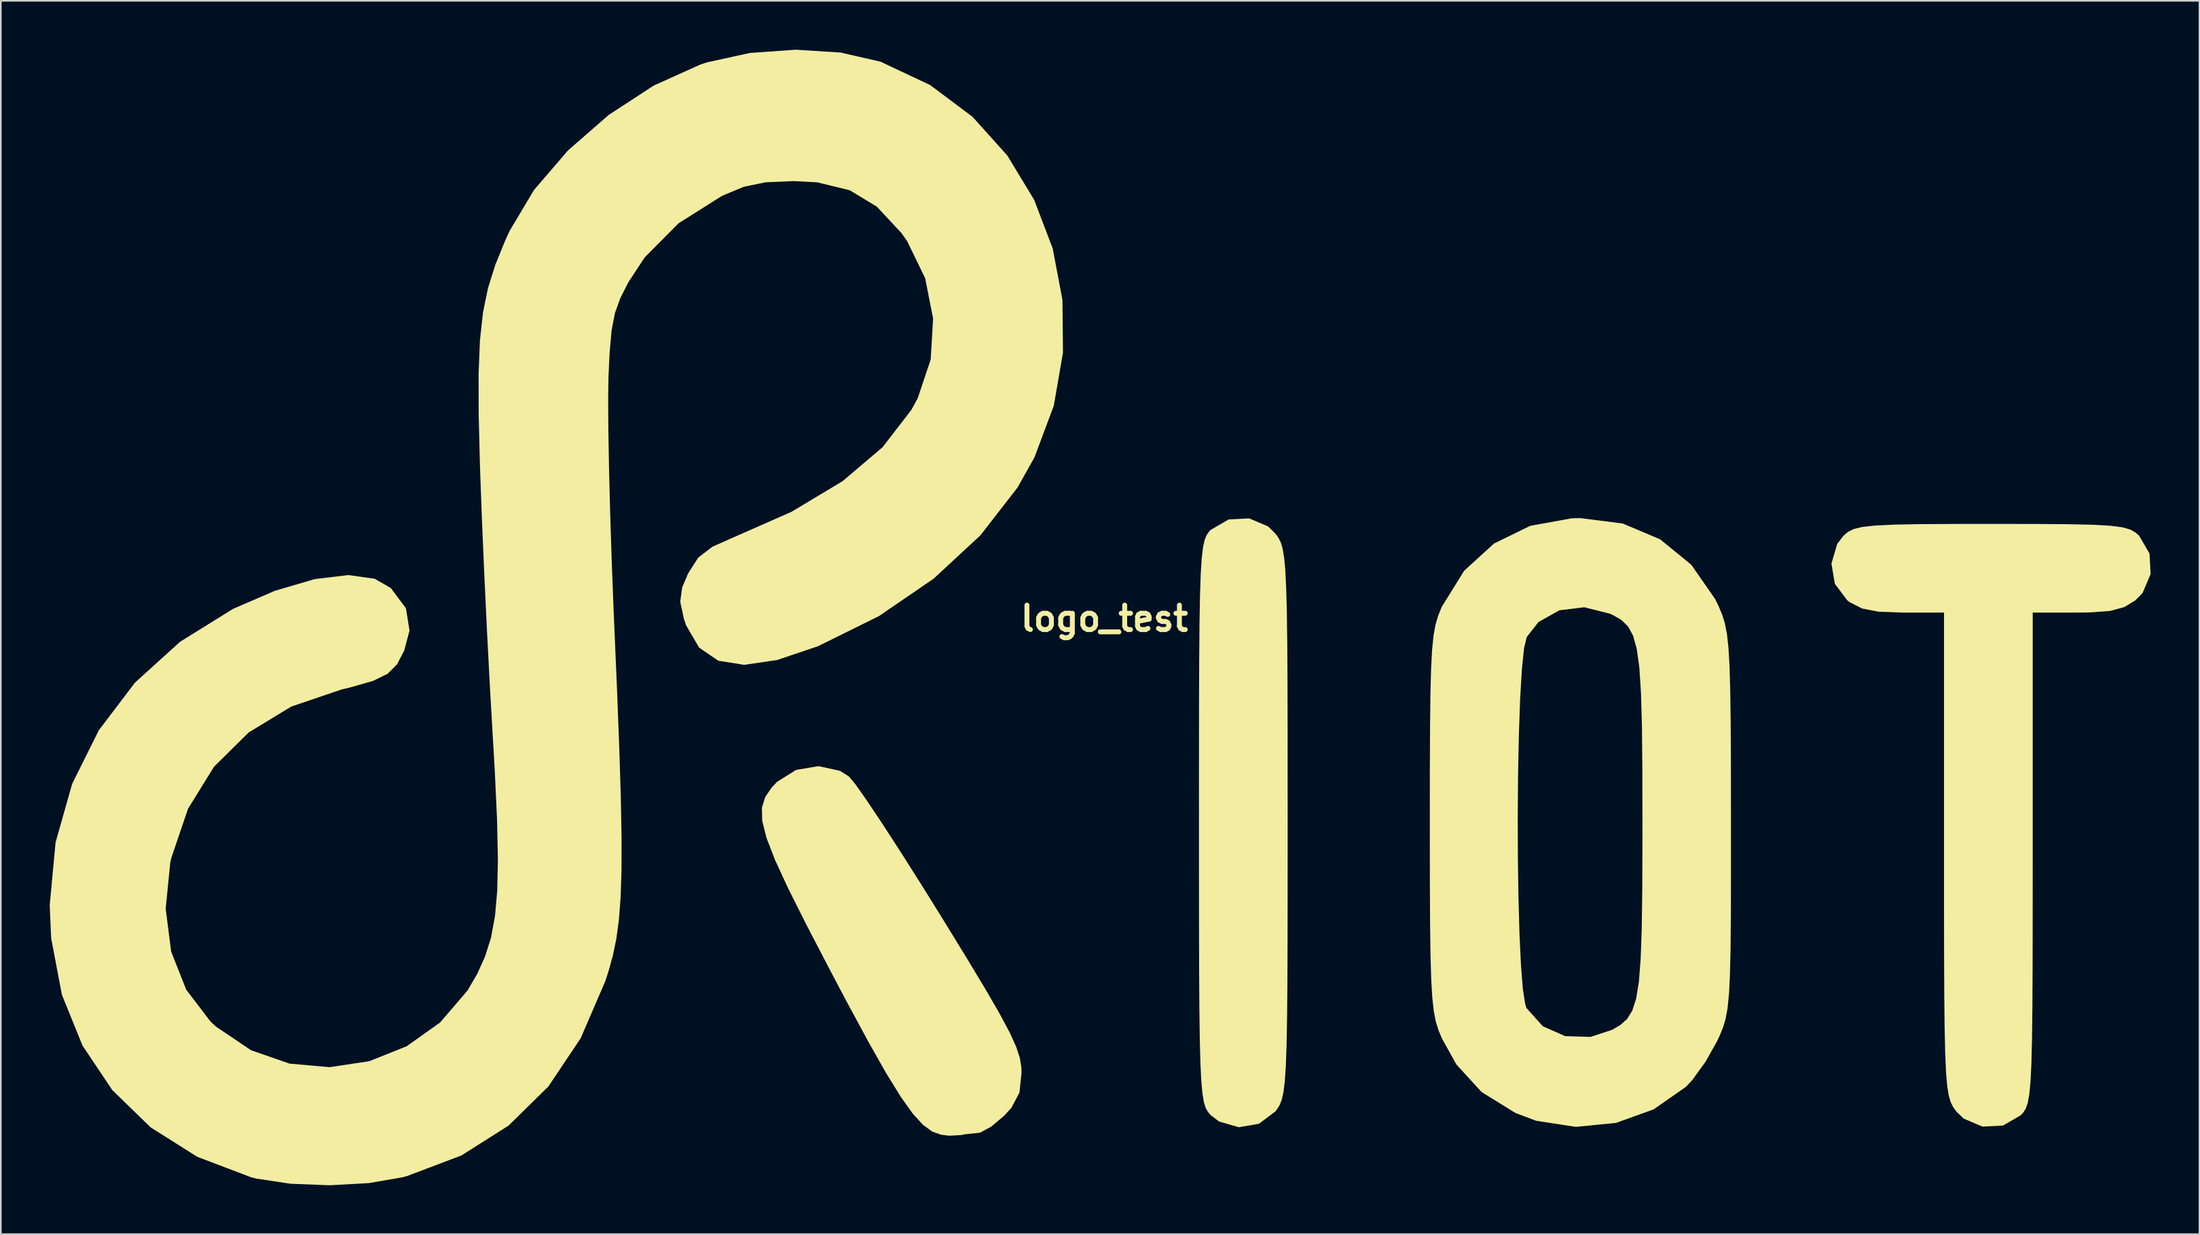
<source format=kicad_pcb>
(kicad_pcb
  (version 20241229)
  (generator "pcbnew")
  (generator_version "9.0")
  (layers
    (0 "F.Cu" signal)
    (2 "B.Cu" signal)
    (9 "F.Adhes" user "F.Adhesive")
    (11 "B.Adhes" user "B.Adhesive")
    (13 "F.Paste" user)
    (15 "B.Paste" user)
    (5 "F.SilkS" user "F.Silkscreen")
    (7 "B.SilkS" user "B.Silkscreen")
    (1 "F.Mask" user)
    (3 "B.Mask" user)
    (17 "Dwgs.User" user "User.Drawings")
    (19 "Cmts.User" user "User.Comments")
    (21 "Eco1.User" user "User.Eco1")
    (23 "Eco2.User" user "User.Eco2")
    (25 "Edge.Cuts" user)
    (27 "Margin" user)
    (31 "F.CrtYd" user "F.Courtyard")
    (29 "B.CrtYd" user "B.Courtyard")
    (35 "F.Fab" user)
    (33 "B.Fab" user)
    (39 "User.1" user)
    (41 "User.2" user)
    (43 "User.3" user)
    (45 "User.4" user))
  (footprint "logo_test"
    (layer "F.Cu")
    (at 64.717 34.908)
    (property "Reference" "logo_test" (at 0 0 0) (layer "F.SilkS") (effects (font (size 1.5 1.5) (thickness 0.3))))
    (attr board_only exclude_from_pos_files exclude_from_bom)
    (fp_poly (pts (xy -16.22 9.35) (xy -15.659 9.706) (xy -15.269 10.181) (xy -14.563 11.185) (xy -13.6 12.628) (xy -12.44 14.42) (xy -11.143 16.468) (xy -9.995 18.314) (xy -8.473 20.795) (xy -7.297 22.747) (xy -6.424 24.256) (xy -5.81 25.404) (xy -5.413 26.277) (xy -5.188 26.958) (xy -5.093 27.532) (xy -5.08 27.867) (xy -5.208 29.094) (xy -5.699 30.021) (xy -6.141 30.508) (xy -6.935 31.179) (xy -7.608 31.546) (xy -7.744 31.569) (xy -8.575 31.655) (xy -8.77 31.699) (xy -9.512 31.741) (xy -10.019 31.68) (xy -10.562 31.487) (xy -11.127 31.076) (xy -11.759 30.382) (xy -12.502 29.339) (xy -13.4 27.882) (xy -14.497 25.944) (xy -15.839 23.461) (xy -16.84 21.565) (xy -18.286 18.788) (xy -19.401 16.565) (xy -20.209 14.816) (xy -20.732 13.462) (xy -20.993 12.422) (xy -21.013 11.616) (xy -20.816 10.965) (xy -20.425 10.388) (xy -20.089 10.028) (xy -18.915 9.292) (xy -17.536 9.06)) (stroke (width 0) (type solid)) (fill yes) (layer "F.SilkS"))
    (fp_poly (pts (xy 10.043 -5.654) (xy 10.497 -5.212) (xy 10.672 -4.971) (xy 10.819 -4.689) (xy 10.938 -4.302) (xy 11.032 -3.745) (xy 11.106 -2.953) (xy 11.16 -1.86) (xy 11.199 -0.401) (xy 11.224 1.489) (xy 11.239 3.875) (xy 11.246 6.823) (xy 11.248 10.397) (xy 11.249 12.519) (xy 11.248 16.444) (xy 11.243 19.708) (xy 11.233 22.377) (xy 11.213 24.516) (xy 11.182 26.19) (xy 11.136 27.465) (xy 11.073 28.405) (xy 10.99 29.076) (xy 10.883 29.543) (xy 10.752 29.871) (xy 10.592 30.125) (xy 10.497 30.25) (xy 9.485 31.009) (xy 8.244 31.22) (xy 7.035 30.866) (xy 6.531 30.48) (xy 6.364 30.291) (xy 6.224 30.048) (xy 6.11 29.687) (xy 6.019 29.145) (xy 5.948 28.359) (xy 5.895 27.264) (xy 5.857 25.798) (xy 5.831 23.898) (xy 5.816 21.499) (xy 5.809 18.539) (xy 5.806 14.953) (xy 5.806 12.519) (xy 5.807 8.535) (xy 5.811 5.213) (xy 5.821 2.491) (xy 5.84 0.304) (xy 5.87 -1.411) (xy 5.914 -2.717) (xy 5.974 -3.678) (xy 6.053 -4.356) (xy 6.154 -4.817) (xy 6.278 -5.121) (xy 6.429 -5.335) (xy 6.531 -5.443) (xy 7.628 -6.08) (xy 8.886 -6.145)) (stroke (width 0) (type solid)) (fill yes) (layer "F.SilkS"))
    (fp_poly (pts (xy 57.11 -5.802) (xy 59.161 -5.787) (xy 60.677 -5.753) (xy 61.752 -5.691) (xy 62.483 -5.595) (xy 62.963 -5.457) (xy 63.29 -5.268) (xy 63.5 -5.08) (xy 64.137 -3.984) (xy 64.203 -2.726) (xy 63.712 -1.568) (xy 63.27 -1.115) (xy 62.584 -0.698) (xy 61.714 -0.465) (xy 60.443 -0.372) (xy 59.641 -0.363) (xy 56.969 -0.363) (xy 56.969 14.696) (xy 56.967 18.399) (xy 56.962 21.444) (xy 56.949 23.9) (xy 56.925 25.835) (xy 56.888 27.317) (xy 56.834 28.415) (xy 56.76 29.196) (xy 56.662 29.729) (xy 56.539 30.083) (xy 56.386 30.324) (xy 56.243 30.48) (xy 55.147 31.117) (xy 53.889 31.183) (xy 52.731 30.692) (xy 52.278 30.25) (xy 52.092 29.992) (xy 51.939 29.693) (xy 51.817 29.281) (xy 51.721 28.686) (xy 51.649 27.84) (xy 51.598 26.672) (xy 51.563 25.112) (xy 51.541 23.09) (xy 51.53 20.537) (xy 51.526 17.382) (xy 51.526 14.465) (xy 51.526 -0.363) (xy 49.035 -0.363) (xy 47.525 -0.416) (xy 46.506 -0.611) (xy 45.748 -0.995) (xy 45.588 -1.115) (xy 44.828 -2.126) (xy 44.617 -3.368) (xy 44.971 -4.576) (xy 45.357 -5.08) (xy 45.629 -5.313) (xy 45.98 -5.49) (xy 46.505 -5.619) (xy 47.301 -5.707) (xy 48.462 -5.762) (xy 50.083 -5.792) (xy 52.26 -5.804) (xy 54.429 -5.806)) (stroke (width 0) (type solid)) (fill yes) (layer "F.SilkS"))
    (fp_poly (pts (xy 31.812 -5.829) (xy 34.105 -4.86) (xy 36.017 -3.301) (xy 37.481 -1.195) (xy 37.708 -0.726) (xy 37.913 -0.234) (xy 38.077 0.291) (xy 38.203 0.934) (xy 38.297 1.781) (xy 38.364 2.917) (xy 38.408 4.426) (xy 38.434 6.395) (xy 38.447 8.907) (xy 38.451 12.049) (xy 38.451 12.519) (xy 38.451 15.729) (xy 38.445 18.3) (xy 38.426 20.317) (xy 38.39 21.866) (xy 38.332 23.033) (xy 38.245 23.904) (xy 38.124 24.564) (xy 37.964 25.1) (xy 37.76 25.597) (xy 37.598 25.944) (xy 36.899 27.19) (xy 36.086 28.315) (xy 35.697 28.735) (xy 33.703 30.126) (xy 31.39 30.956) (xy 28.933 31.198) (xy 26.502 30.826) (xy 25.219 30.341) (xy 23.144 29.057) (xy 21.599 27.364) (xy 20.712 25.763) (xy 20.507 25.271) (xy 20.343 24.747) (xy 20.217 24.105) (xy 20.123 23.259) (xy 20.057 22.126) (xy 20.013 20.619) (xy 19.988 18.653) (xy 19.976 16.144) (xy 19.973 13.006) (xy 19.973 12.519) (xy 19.973 11.975) (xy 25.369 11.975) (xy 25.375 14.544) (xy 25.41 17.021) (xy 25.472 19.291) (xy 25.563 21.237) (xy 25.682 22.743) (xy 25.83 23.692) (xy 25.906 23.909) (xy 26.904 25.022) (xy 28.275 25.628) (xy 29.827 25.679) (xy 31.153 25.246) (xy 31.667 24.945) (xy 32.077 24.58) (xy 32.395 24.07) (xy 32.632 23.335) (xy 32.801 22.297) (xy 32.912 20.875) (xy 32.978 18.989) (xy 33.01 16.561) (xy 33.02 13.51) (xy 33.02 12.483) (xy 33.014 9.224) (xy 32.989 6.611) (xy 32.931 4.567) (xy 32.83 3.011) (xy 32.671 1.864) (xy 32.444 1.049) (xy 32.136 0.486) (xy 31.735 0.095) (xy 31.228 -0.201) (xy 31.034 -0.292) (xy 29.451 -0.69) (xy 27.926 -0.505) (xy 26.645 0.212) (xy 25.917 1.141) (xy 25.756 1.821) (xy 25.623 3.106) (xy 25.517 4.88) (xy 25.44 7.027) (xy 25.39 9.43) (xy 25.369 11.975) (xy 19.973 11.975) (xy 19.975 9.287) (xy 19.986 6.696) (xy 20.009 4.661) (xy 20.05 3.095) (xy 20.112 1.915) (xy 20.202 1.035) (xy 20.324 0.37) (xy 20.482 -0.166) (xy 20.681 -0.657) (xy 20.712 -0.726) (xy 22.081 -2.933) (xy 23.912 -4.602) (xy 26.136 -5.689) (xy 28.683 -6.149) (xy 29.21 -6.161)) (stroke (width 0) (type solid)) (fill yes) (layer "F.SilkS"))
    (fp_poly (pts (xy -16.179 -34.732) (xy -13.762 -34.179) (xy -13.704 -34.159) (xy -10.684 -32.735) (xy -8.092 -30.793) (xy -5.958 -28.418) (xy -4.308 -25.697) (xy -3.17 -22.714) (xy -2.571 -19.557) (xy -2.539 -16.31) (xy -3.102 -13.06) (xy -4.286 -9.893) (xy -5.324 -8.043) (xy -7.604 -5.106) (xy -10.473 -2.447) (xy -13.82 -0.154) (xy -17.533 1.683) (xy -17.599 1.71) (xy -20.082 2.548) (xy -22.103 2.843) (xy -23.69 2.59) (xy -24.869 1.784) (xy -25.666 0.418) (xy -25.801 0.016) (xy -26.025 -1.034) (xy -25.905 -1.912) (xy -25.538 -2.772) (xy -24.919 -3.74) (xy -24.056 -4.404) (xy -23.041 -4.855) (xy -19.204 -6.545) (xy -16.063 -8.429) (xy -13.612 -10.51) (xy -11.849 -12.792) (xy -11.454 -13.514) (xy -10.656 -15.896) (xy -10.508 -18.405) (xy -10.995 -20.88) (xy -12.1 -23.16) (xy -12.459 -23.665) (xy -13.96 -25.275) (xy -15.621 -26.281) (xy -17.618 -26.768) (xy -19.069 -26.845) (xy -20.78 -26.772) (xy -22.123 -26.496) (xy -23.446 -25.946) (xy -23.449 -25.945) (xy -26.124 -24.258) (xy -28.204 -22.165) (xy -29.21 -20.632) (xy -29.708 -19.648) (xy -30.035 -18.735) (xy -30.238 -17.68) (xy -30.361 -16.27) (xy -30.427 -14.877) (xy -30.449 -13.535) (xy -30.437 -11.598) (xy -30.394 -9.194) (xy -30.324 -6.453) (xy -30.229 -3.505) (xy -30.112 -0.478) (xy -30.076 0.363) (xy -29.897 4.534) (xy -29.762 8.054) (xy -29.671 10.998) (xy -29.626 13.439) (xy -29.629 15.452) (xy -29.683 17.109) (xy -29.788 18.486) (xy -29.947 19.656) (xy -30.161 20.693) (xy -30.433 21.67) (xy -30.622 22.253) (xy -32.136 25.763) (xy -34.117 28.72) (xy -36.558 31.119) (xy -39.454 32.954) (xy -42.8 34.221) (xy -43.069 34.293) (xy -45.139 34.65) (xy -47.536 34.782) (xy -49.942 34.689) (xy -52.036 34.373) (xy -52.363 34.29) (xy -55.666 33.034) (xy -58.517 31.234) (xy -60.876 28.941) (xy -62.706 26.207) (xy -63.97 23.085) (xy -64.627 19.624) (xy -64.717 17.599) (xy -64.357 13.744) (xy -63.339 10.146) (xy -61.703 6.859) (xy -59.486 3.937) (xy -56.729 1.436) (xy -53.471 -0.59) (xy -50.894 -1.703) (xy -48.449 -2.42) (xy -46.39 -2.666) (xy -44.774 -2.44) (xy -43.785 -1.871) (xy -42.857 -0.626) (xy -42.638 0.739) (xy -42.962 1.963) (xy -43.398 2.806) (xy -43.981 3.393) (xy -44.884 3.832) (xy -46.281 4.231) (xy -46.809 4.356) (xy -49.89 5.403) (xy -52.511 6.996) (xy -54.636 9.099) (xy -56.229 11.676) (xy -57.254 14.69) (xy -57.32 14.992) (xy -57.6 17.813) (xy -57.265 20.438) (xy -56.342 22.774) (xy -54.855 24.728) (xy -54.509 25.05) (xy -52.358 26.497) (xy -49.999 27.317) (xy -47.545 27.534) (xy -45.112 27.171) (xy -42.814 26.251) (xy -40.766 24.798) (xy -39.081 22.834) (xy -38.474 21.794) (xy -37.999 20.736) (xy -37.641 19.601) (xy -37.395 18.292) (xy -37.255 16.711) (xy -37.214 14.761) (xy -37.266 12.345) (xy -37.404 9.365) (xy -37.531 7.194) (xy -37.709 4.107) (xy -37.887 0.681) (xy -38.054 -2.828) (xy -38.197 -6.164) (xy -38.304 -9.068) (xy -38.316 -9.434) (xy -38.393 -12.534) (xy -38.398 -15.038) (xy -38.315 -17.078) (xy -38.128 -18.782) (xy -37.821 -20.279) (xy -37.376 -21.698) (xy -36.778 -23.169) (xy -36.507 -23.767) (xy -34.996 -26.302) (xy -32.914 -28.725) (xy -30.416 -30.903) (xy -27.658 -32.704) (xy -24.794 -33.995) (xy -24.386 -34.129) (xy -21.762 -34.707) (xy -18.936 -34.908)) (stroke (width 0) (type solid)) (fill yes) (layer "F.SilkS")))
  (gr_rect
    (start -3 -3)
    (end 131.92 72.69)
    (stroke (width 0.1) (type default))
    (fill no)
    (layer "Edge.Cuts")))
</source>
